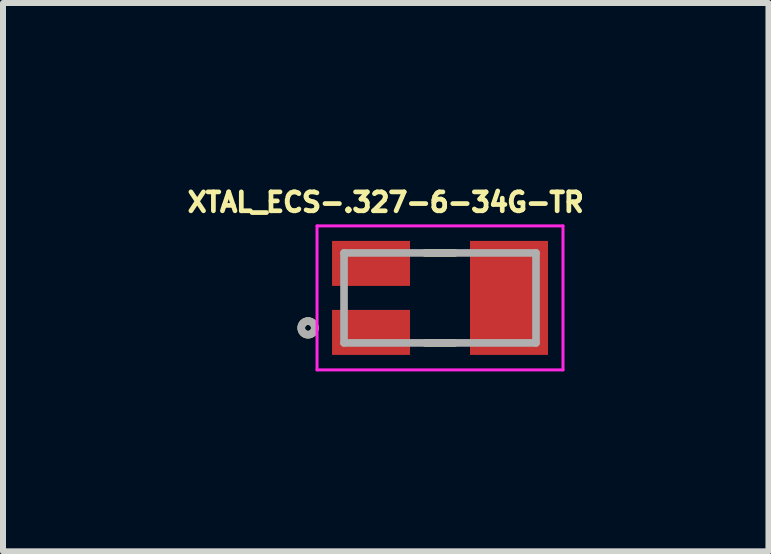
<source format=kicad_pcb>
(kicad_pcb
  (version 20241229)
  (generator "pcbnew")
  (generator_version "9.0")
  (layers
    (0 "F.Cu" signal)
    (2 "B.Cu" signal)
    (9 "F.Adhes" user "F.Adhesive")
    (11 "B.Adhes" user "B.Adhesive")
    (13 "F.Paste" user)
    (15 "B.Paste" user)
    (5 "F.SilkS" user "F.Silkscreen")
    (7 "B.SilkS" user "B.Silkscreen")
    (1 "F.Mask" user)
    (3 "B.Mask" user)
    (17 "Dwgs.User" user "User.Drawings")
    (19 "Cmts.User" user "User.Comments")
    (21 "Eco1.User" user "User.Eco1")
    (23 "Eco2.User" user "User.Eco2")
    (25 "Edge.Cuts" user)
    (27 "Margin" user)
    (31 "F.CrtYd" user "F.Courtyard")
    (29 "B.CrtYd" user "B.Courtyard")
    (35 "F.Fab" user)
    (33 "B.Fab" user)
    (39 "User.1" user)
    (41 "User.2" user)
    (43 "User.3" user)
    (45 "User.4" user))
  (footprint "XTAL_ECS-.327-6-34G-TR"
    (layer "F.Cu")
    (at 4.285 1.916)
    (property "Reference" "XTAL_ECS-.327-6-34G-TR" (at -0.905 -1.594 0) (layer "F.SilkS") (effects (font (size 0.315 0.315) (thickness 0.079))))
    (attr smd)
    (fp_line (start -0.246 0.75) (end 0.246 0.75) (stroke (width 0.127) (type solid)) (layer "F.SilkS"))
    (fp_line (start 0.246 -0.75) (end -0.246 -0.75) (stroke (width 0.127) (type solid)) (layer "F.SilkS"))
    (fp_circle (center -2.2 0.5) (end -2.15 0.5) (stroke (width 0.127) (type solid)) (fill no) (layer "F.SilkS"))
    (fp_line (start -2.05 -1.2) (end -2.05 1.2) (stroke (width 0.05) (type solid)) (layer "F.CrtYd"))
    (fp_line (start -2.05 1.2) (end 2.05 1.2) (stroke (width 0.05) (type solid)) (layer "F.CrtYd"))
    (fp_line (start 2.05 -1.2) (end -2.05 -1.2) (stroke (width 0.05) (type solid)) (layer "F.CrtYd"))
    (fp_line (start 2.05 1.2) (end 2.05 -1.2) (stroke (width 0.05) (type solid)) (layer "F.CrtYd"))
    (fp_line (start -1.6 -0.75) (end -1.6 0.75) (stroke (width 0.127) (type solid)) (layer "F.Fab"))
    (fp_line (start -1.6 0.75) (end 1.6 0.75) (stroke (width 0.127) (type solid)) (layer "F.Fab"))
    (fp_line (start 1.6 -0.75) (end -1.6 -0.75) (stroke (width 0.127) (type solid)) (layer "F.Fab"))
    (fp_line (start 1.6 0.75) (end 1.6 -0.75) (stroke (width 0.127) (type solid)) (layer "F.Fab"))
    (fp_circle (center -2.2 0.5) (end -2.15 0.5) (stroke (width 0.127) (type solid)) (fill no) (layer "F.Fab"))
    (pad "1" smd rect (at -1.15 0.575) (size 1.3 0.75) (layers "F.Cu" "F.Mask" "F.Paste"))
    (pad "2" smd rect (at 1.15 0) (size 1.3 1.9) (layers "F.Cu" "F.Mask" "F.Paste"))
    (pad "3" smd rect (at -1.15 -0.575) (size 1.3 0.75) (layers "F.Cu" "F.Mask" "F.Paste")))
  (gr_rect
    (start -3 -3)
    (end 9.76 6.141)
    (stroke (width 0.1) (type default))
    (fill no)
    (layer "Edge.Cuts")))
</source>
